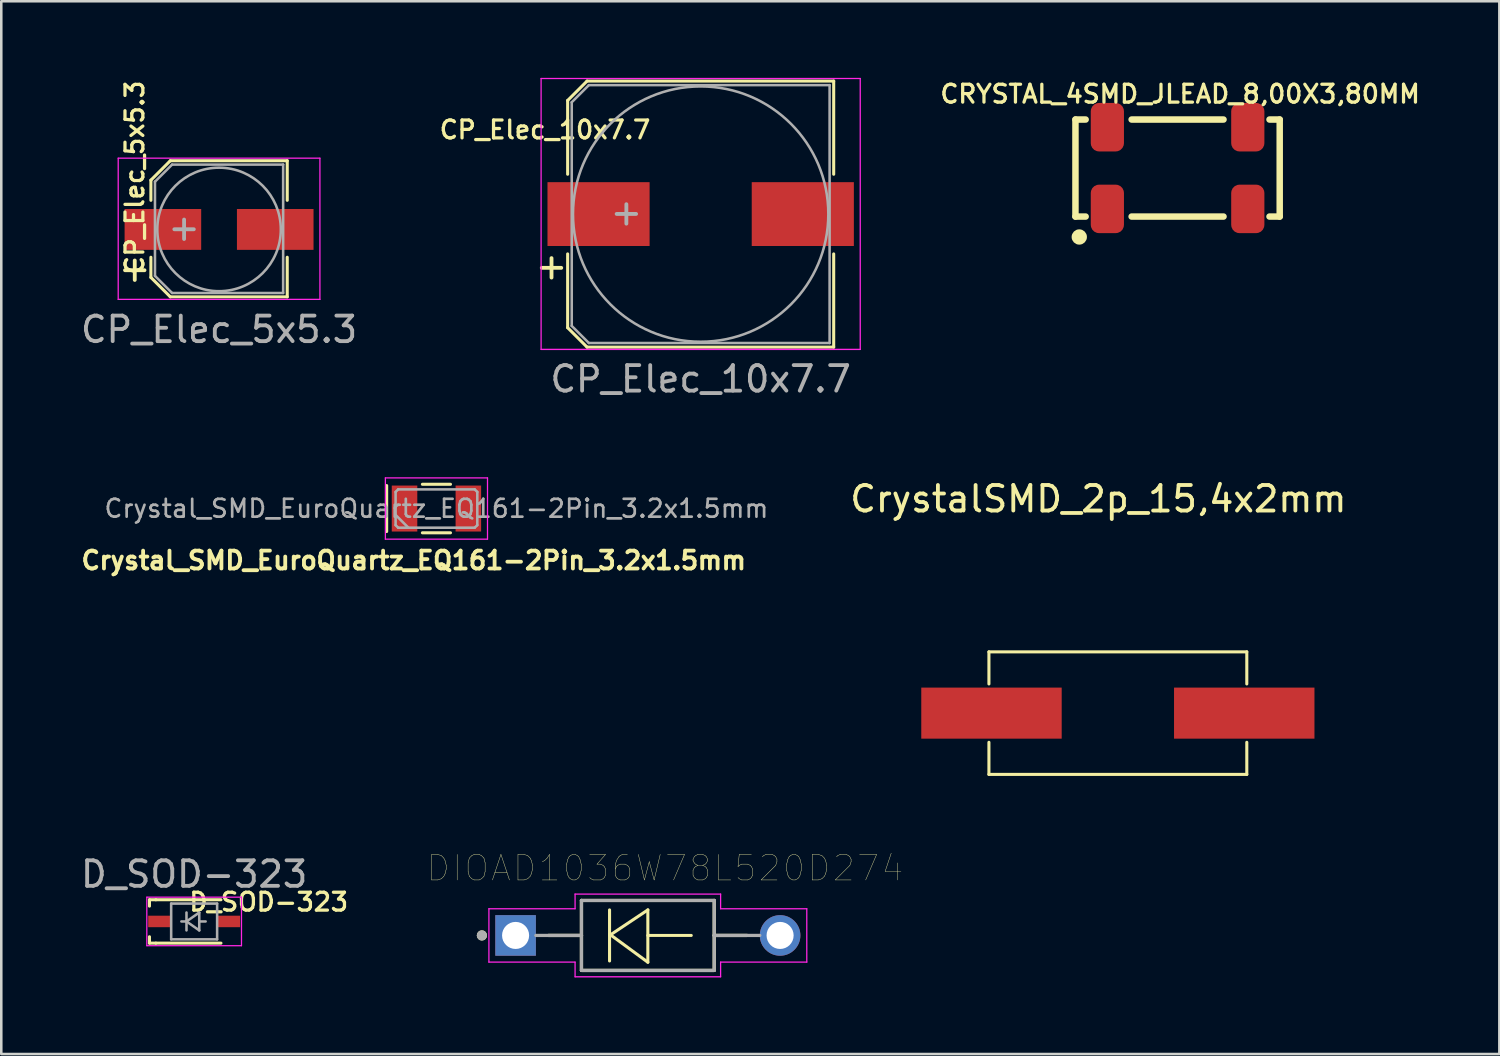
<source format=kicad_pcb>
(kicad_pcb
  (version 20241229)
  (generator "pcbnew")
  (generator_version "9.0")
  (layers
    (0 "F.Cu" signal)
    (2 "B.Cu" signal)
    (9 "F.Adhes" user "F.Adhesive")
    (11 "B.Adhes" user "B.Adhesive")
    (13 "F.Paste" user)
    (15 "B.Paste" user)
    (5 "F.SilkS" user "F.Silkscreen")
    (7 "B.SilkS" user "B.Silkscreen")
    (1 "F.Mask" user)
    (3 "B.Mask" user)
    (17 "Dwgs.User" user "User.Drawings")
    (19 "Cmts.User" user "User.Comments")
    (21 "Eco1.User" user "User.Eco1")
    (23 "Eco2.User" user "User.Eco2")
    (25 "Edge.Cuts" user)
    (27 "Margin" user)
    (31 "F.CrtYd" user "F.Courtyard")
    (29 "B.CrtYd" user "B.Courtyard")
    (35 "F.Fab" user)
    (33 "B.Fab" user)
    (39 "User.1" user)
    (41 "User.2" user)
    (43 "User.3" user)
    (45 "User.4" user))
  (footprint "CP_Elec_5x5.3"
    (layer "F.Cu")
    (at 5.53 5.936)
    (property "Reference" "CP_Elec_5x5.3" (at -3.302 -2.032 90) (layer "F.SilkS") (effects (font (size 0.7 0.7) (thickness 0.127))))
    (attr smd)
    (fp_line (start -2.67 -1.93) (end -2.67 -1.14) (stroke (width 0.12) (type solid)) (layer "F.SilkS"))
    (fp_line (start -2.67 1.88) (end -2.67 1.09) (stroke (width 0.12) (type solid)) (layer "F.SilkS"))
    (fp_line (start -2.67 1.88) (end -1.91 2.64) (stroke (width 0.12) (type solid)) (layer "F.SilkS"))
    (fp_line (start -1.91 -2.69) (end -2.67 -1.93) (stroke (width 0.12) (type solid)) (layer "F.SilkS"))
    (fp_line (start -1.91 2.64) (end 2.67 2.64) (stroke (width 0.12) (type solid)) (layer "F.SilkS"))
    (fp_line (start 2.67 -2.69) (end -1.91 -2.69) (stroke (width 0.12) (type solid)) (layer "F.SilkS"))
    (fp_line (start 2.67 -2.69) (end 2.67 -1.14) (stroke (width 0.12) (type solid)) (layer "F.SilkS"))
    (fp_line (start 2.67 2.64) (end 2.67 1.09) (stroke (width 0.12) (type solid)) (layer "F.SilkS"))
    (fp_line (start -3.95 -2.79) (end -3.95 2.74) (stroke (width 0.05) (type solid)) (layer "F.CrtYd"))
    (fp_line (start -3.95 -2.79) (end 3.95 -2.79) (stroke (width 0.05) (type solid)) (layer "F.CrtYd"))
    (fp_line (start 3.95 2.74) (end -3.95 2.74) (stroke (width 0.05) (type solid)) (layer "F.CrtYd"))
    (fp_line (start 3.95 2.74) (end 3.95 -2.79) (stroke (width 0.05) (type solid)) (layer "F.CrtYd"))
    (fp_line (start -2.51 -1.87) (end -2.51 1.82) (stroke (width 0.1) (type solid)) (layer "F.Fab"))
    (fp_line (start -2.51 1.82) (end -1.84 2.49) (stroke (width 0.1) (type solid)) (layer "F.Fab"))
    (fp_line (start -1.84 -2.54) (end -2.51 -1.87) (stroke (width 0.1) (type solid)) (layer "F.Fab"))
    (fp_line (start -1.84 2.49) (end 2.51 2.49) (stroke (width 0.1) (type solid)) (layer "F.Fab"))
    (fp_line (start 2.51 -2.54) (end -1.84 -2.54) (stroke (width 0.1) (type solid)) (layer "F.Fab"))
    (fp_line (start 2.51 2.49) (end 2.51 -2.54) (stroke (width 0.1) (type solid)) (layer "F.Fab"))
    (fp_circle (center 0 0) (end 0.3 2.4) (stroke (width 0.1) (type solid)) (fill no) (layer "F.Fab"))
    (fp_text user "+" (at -3.302 1.524 0) (layer "F.SilkS") (effects (font (size 1 1) (thickness 0.15))))
    (fp_text user "${REFERENCE}" (at 0 3.92 0) (layer "F.Fab") (effects (font (size 1 1) (thickness 0.15))))
    (fp_text user "+" (at -1.37 -0.08 0) (layer "F.Fab") (effects (font (size 1 1) (thickness 0.15))))
    (pad "1" smd rect (at -2.2 0 180) (size 3 1.6) (layers "F.Cu" "F.Mask" "F.Paste"))
    (pad "2" smd rect (at 2.2 0 180) (size 3 1.6) (layers "F.Cu" "F.Mask" "F.Paste")))
  (footprint "CrystalSMD_2p_15,4x2mm"
    (layer "F.Cu")
    (at 40.733 24.881)
    (property "Reference" "CrystalSMD_2p_15,4x2mm" (at -0.762 -8.39 0) (layer "F.SilkS") (effects (font (size 1 1) (thickness 0.15))))
    (attr through_hole)
    (fp_line (start -5.05 -2.4) (end -5.05 -1.143) (stroke (width 0.12) (type solid)) (layer "F.SilkS"))
    (fp_line (start -5.05 -2.4) (end 5.05 -2.4) (stroke (width 0.12) (type solid)) (layer "F.SilkS"))
    (fp_line (start -5.05 2.4) (end -5.05 1.143) (stroke (width 0.12) (type solid)) (layer "F.SilkS"))
    (fp_line (start -5.05 2.4) (end 5.05 2.4) (stroke (width 0.12) (type solid)) (layer "F.SilkS"))
    (fp_line (start 5.05 -2.4) (end 5.05 -1.143) (stroke (width 0.12) (type solid)) (layer "F.SilkS"))
    (fp_line (start 5.05 2.4) (end 5.05 1.143) (stroke (width 0.12) (type solid)) (layer "F.SilkS"))
    (pad "1" smd rect (at -4.95 0) (size 5.5 2) (layers "F.Cu" "F.Mask" "F.Paste"))
    (pad "2" smd rect (at 4.95 0) (size 5.5 2) (layers "F.Cu" "F.Mask" "F.Paste")))
  (footprint "CP_Elec_10x7.7"
    (layer "F.Cu")
    (at 24.393 5.335)
    (property "Reference" "CP_Elec_10x7.7" (at -6.096 -3.302 0) (layer "F.SilkS") (effects (font (size 0.7 0.7) (thickness 0.127))))
    (attr smd)
    (fp_line (start -5.21 -4.45) (end -5.21 -1.56) (stroke (width 0.12) (type solid)) (layer "F.SilkS"))
    (fp_line (start -5.21 -4.45) (end -4.45 -5.21) (stroke (width 0.12) (type solid)) (layer "F.SilkS"))
    (fp_line (start -5.21 4.45) (end -5.21 1.56) (stroke (width 0.12) (type solid)) (layer "F.SilkS"))
    (fp_line (start -4.45 -5.21) (end 5.21 -5.21) (stroke (width 0.12) (type solid)) (layer "F.SilkS"))
    (fp_line (start -4.45 5.21) (end -5.21 4.45) (stroke (width 0.12) (type solid)) (layer "F.SilkS"))
    (fp_line (start 5.21 -5.21) (end 5.21 -1.56) (stroke (width 0.12) (type solid)) (layer "F.SilkS"))
    (fp_line (start 5.21 5.21) (end -4.45 5.21) (stroke (width 0.12) (type solid)) (layer "F.SilkS"))
    (fp_line (start 5.21 5.21) (end 5.21 1.56) (stroke (width 0.12) (type solid)) (layer "F.SilkS"))
    (fp_line (start -6.25 -5.31) (end -6.25 5.3) (stroke (width 0.05) (type solid)) (layer "F.CrtYd"))
    (fp_line (start -6.25 -5.31) (end 6.25 -5.31) (stroke (width 0.05) (type solid)) (layer "F.CrtYd"))
    (fp_line (start 6.25 5.3) (end -6.25 5.3) (stroke (width 0.05) (type solid)) (layer "F.CrtYd"))
    (fp_line (start 6.25 5.3) (end 6.25 -5.31) (stroke (width 0.05) (type solid)) (layer "F.CrtYd"))
    (fp_line (start -5.05 -4.38) (end -5.05 4.38) (stroke (width 0.1) (type solid)) (layer "F.Fab"))
    (fp_line (start -5.05 4.38) (end -4.38 5.05) (stroke (width 0.1) (type solid)) (layer "F.Fab"))
    (fp_line (start -4.38 -5.05) (end -5.05 -4.38) (stroke (width 0.1) (type solid)) (layer "F.Fab"))
    (fp_line (start -4.38 5.05) (end 5.05 5.05) (stroke (width 0.1) (type solid)) (layer "F.Fab"))
    (fp_line (start 5.05 -5.05) (end -4.38 -5.05) (stroke (width 0.1) (type solid)) (layer "F.Fab"))
    (fp_line (start 5.05 5.05) (end 5.05 -5.05) (stroke (width 0.1) (type solid)) (layer "F.Fab"))
    (fp_circle (center 0 0) (end 0 5) (stroke (width 0.1) (type solid)) (fill no) (layer "F.Fab"))
    (fp_text user "+" (at -5.842 2.032 0) (layer "F.SilkS") (effects (font (size 1 1) (thickness 0.15))))
    (fp_text user "${REFERENCE}" (at 0 6.46 0) (layer "F.Fab") (effects (font (size 1 1) (thickness 0.15))))
    (fp_text user "+" (at -2.91 -0.08 0) (layer "F.Fab") (effects (font (size 1 1) (thickness 0.15))))
    (pad "1" smd rect (at -4 0 180) (size 4 2.5) (layers "F.Cu" "F.Mask" "F.Paste"))
    (pad "2" smd rect (at 4 0 180) (size 4 2.5) (layers "F.Cu" "F.Mask" "F.Paste")))
  (footprint "Crystal_SMD_EuroQuartz_EQ161-2Pin_3.2x1.5mm"
    (layer "F.Cu")
    (at 14.044 16.868)
    (property "Reference" "Crystal_SMD_EuroQuartz_EQ161-2Pin_3.2x1.5mm" (at -0.889 2.032 0) (layer "F.SilkS") (effects (font (size 0.7 0.7) (thickness 0.15))))
    (attr smd)
    (fp_line (start -1.95 -0.9) (end -1.95 0.9) (stroke (width 0.12) (type solid)) (layer "F.SilkS"))
    (fp_line (start -0.55 -0.95) (end 0.55 -0.95) (stroke (width 0.12) (type solid)) (layer "F.SilkS"))
    (fp_line (start -0.55 0.95) (end 0.55 0.95) (stroke (width 0.12) (type solid)) (layer "F.SilkS"))
    (fp_line (start -2 -1.2) (end -2 1.2) (stroke (width 0.05) (type solid)) (layer "F.CrtYd"))
    (fp_line (start -2 1.2) (end 2 1.2) (stroke (width 0.05) (type solid)) (layer "F.CrtYd"))
    (fp_line (start 2 -1.2) (end -2 -1.2) (stroke (width 0.05) (type solid)) (layer "F.CrtYd"))
    (fp_line (start 2 1.2) (end 2 -1.2) (stroke (width 0.05) (type solid)) (layer "F.CrtYd"))
    (fp_line (start -1.6 -0.65) (end -1.5 -0.75) (stroke (width 0.1) (type solid)) (layer "F.Fab"))
    (fp_line (start -1.6 0.25) (end -1.1 0.75) (stroke (width 0.1) (type solid)) (layer "F.Fab"))
    (fp_line (start -1.6 0.65) (end -1.6 -0.65) (stroke (width 0.1) (type solid)) (layer "F.Fab"))
    (fp_line (start -1.5 -0.75) (end 1.5 -0.75) (stroke (width 0.1) (type solid)) (layer "F.Fab"))
    (fp_line (start -1.5 0.75) (end -1.6 0.65) (stroke (width 0.1) (type solid)) (layer "F.Fab"))
    (fp_line (start 1.5 -0.75) (end 1.6 -0.65) (stroke (width 0.1) (type solid)) (layer "F.Fab"))
    (fp_line (start 1.5 0.75) (end -1.5 0.75) (stroke (width 0.1) (type solid)) (layer "F.Fab"))
    (fp_line (start 1.6 -0.65) (end 1.6 0.65) (stroke (width 0.1) (type solid)) (layer "F.Fab"))
    (fp_line (start 1.6 0.65) (end 1.5 0.75) (stroke (width 0.1) (type solid)) (layer "F.Fab"))
    (fp_text user "${REFERENCE}" (at 0 0 0) (layer "F.Fab") (effects (font (size 0.7 0.7) (thickness 0.105))))
    (pad "1" smd rect (at -1.25 0) (size 1 1.8) (layers "F.Cu" "F.Mask" "F.Paste"))
    (pad "2" smd rect (at 1.25 0) (size 1 1.8) (layers "F.Cu" "F.Mask" "F.Paste")))
  (footprint "CRYSTAL_4SMD_JLEAD_8,00X3,80MM"
    (layer "F.Cu")
    (at 43.072 3.532)
    (property "Reference" "CRYSTAL_4SMD_JLEAD_8,00X3,80MM" (at 0.1 -2.9 0) (layer "F.SilkS") (effects (font (size 0.7 0.7) (thickness 0.127))))
    (attr through_hole)
    (fp_line (start -4 -1.9) (end -3.6 -1.9) (stroke (width 0.254) (type solid)) (layer "F.SilkS"))
    (fp_line (start -4 1.9) (end -4 -1.9) (stroke (width 0.254) (type solid)) (layer "F.SilkS"))
    (fp_line (start -4 1.9) (end -3.6 1.9) (stroke (width 0.254) (type solid)) (layer "F.SilkS"))
    (fp_line (start -1.8 -1.9) (end 1.8 -1.9) (stroke (width 0.254) (type solid)) (layer "F.SilkS"))
    (fp_line (start -1.8 1.9) (end 1.8 1.9) (stroke (width 0.254) (type solid)) (layer "F.SilkS"))
    (fp_line (start 4 -1.9) (end 3.6 -1.9) (stroke (width 0.254) (type solid)) (layer "F.SilkS"))
    (fp_line (start 4 -1.9) (end 4 1.9) (stroke (width 0.254) (type solid)) (layer "F.SilkS"))
    (fp_line (start 4 1.9) (end 3.6 1.9) (stroke (width 0.254) (type solid)) (layer "F.SilkS"))
    (fp_circle (center -3.85 2.7) (end -3.7 2.7) (stroke (width 0.3) (type solid)) (fill no) (layer "F.SilkS"))
    (pad "1" smd roundrect (at -2.75 1.6 270) (size 1.9 1.3) (layers "F.Cu" "F.Mask" "F.Paste") (roundrect_rratio 0.25))
    (pad "2" smd roundrect (at 2.75 1.6 270) (size 1.9 1.3) (layers "F.Cu" "F.Mask" "F.Paste") (roundrect_rratio 0.25))
    (pad "3" smd roundrect (at 2.75 -1.6 270) (size 1.9 1.3) (layers "F.Cu" "F.Mask" "F.Paste") (roundrect_rratio 0.25))
    (pad "4" smd roundrect (at -2.75 -1.6 270) (size 1.9 1.3) (layers "F.Cu" "F.Mask" "F.Paste") (roundrect_rratio 0.25)))
  (footprint "D_SOD-323"
    (layer "F.Cu")
    (at 4.554 33.04)
    (property "Reference" "D_SOD-323" (at 2.921 -0.762 0) (layer "F.SilkS") (effects (font (size 0.7 0.7) (thickness 0.127))))
    (attr smd)
    (fp_line (start -1.75 -0.85) (end -1.75 -0.6) (stroke (width 0.12) (type solid)) (layer "F.SilkS"))
    (fp_line (start -1.75 0.6) (end -1.75 0.85) (stroke (width 0.12) (type solid)) (layer "F.SilkS"))
    (fp_line (start -1.5 -0.85) (end -1.75 -0.85) (stroke (width 0.12) (type solid)) (layer "F.SilkS"))
    (fp_line (start -1.5 -0.85) (end 1.05 -0.85) (stroke (width 0.12) (type solid)) (layer "F.SilkS"))
    (fp_line (start -1.5 0.85) (end -1.75 0.85) (stroke (width 0.12) (type solid)) (layer "F.SilkS"))
    (fp_line (start -1.5 0.85) (end 1.05 0.85) (stroke (width 0.12) (type solid)) (layer "F.SilkS"))
    (fp_line (start -1.854 -0.95) (end -1.854 0.95) (stroke (width 0.05) (type solid)) (layer "F.CrtYd"))
    (fp_line (start -1.85 -0.95) (end 1.85 -0.95) (stroke (width 0.05) (type solid)) (layer "F.CrtYd"))
    (fp_line (start -1.85 0.95) (end 1.85 0.95) (stroke (width 0.05) (type solid)) (layer "F.CrtYd"))
    (fp_line (start 1.854 -0.95) (end 1.854 0.95) (stroke (width 0.05) (type solid)) (layer "F.CrtYd"))
    (fp_line (start -0.9 -0.7) (end 0.9 -0.7) (stroke (width 0.1) (type solid)) (layer "F.Fab"))
    (fp_line (start -0.9 0.7) (end -0.9 -0.7) (stroke (width 0.1) (type solid)) (layer "F.Fab"))
    (fp_line (start -0.3 -0.35) (end -0.3 0.35) (stroke (width 0.1) (type solid)) (layer "F.Fab"))
    (fp_line (start -0.3 0) (end -0.5 0) (stroke (width 0.1) (type solid)) (layer "F.Fab"))
    (fp_line (start -0.3 0) (end 0.2 -0.35) (stroke (width 0.1) (type solid)) (layer "F.Fab"))
    (fp_line (start 0.2 -0.35) (end 0.2 0.35) (stroke (width 0.1) (type solid)) (layer "F.Fab"))
    (fp_line (start 0.2 0) (end 0.45 0) (stroke (width 0.1) (type solid)) (layer "F.Fab"))
    (fp_line (start 0.2 0.35) (end -0.3 0) (stroke (width 0.1) (type solid)) (layer "F.Fab"))
    (fp_line (start 0.9 -0.7) (end 0.9 0.7) (stroke (width 0.1) (type solid)) (layer "F.Fab"))
    (fp_line (start 0.9 0.7) (end -0.9 0.7) (stroke (width 0.1) (type solid)) (layer "F.Fab"))
    (fp_text user "${REFERENCE}" (at 0 -1.85 0) (layer "F.Fab") (effects (font (size 1 1) (thickness 0.15))))
    (pad "1" smd rect (at -1.35 0) (size 0.9 0.45) (layers "F.Cu" "F.Mask" "F.Paste"))
    (pad "2" smd rect (at 1.35 0) (size 0.9 0.45) (layers "F.Cu" "F.Mask" "F.Paste")))
  (footprint "DIOAD1036W78L520D274"
    (layer "F.Cu")
    (at 22.324 33.588)
    (property "Reference" "DIOAD1036W78L520D274" (at 0.675 -2.635 0) (layer "F.SilkS") (effects (font (size 1 1) (thickness 0.015))))
    (attr through_hole)
    (fp_line (start -3.89 0) (end -2.6 0) (stroke (width 0.127) (type solid)) (layer "F.SilkS"))
    (fp_line (start -2.6 -1.37) (end -2.6 0) (stroke (width 0.127) (type solid)) (layer "F.SilkS"))
    (fp_line (start -2.6 0) (end -2.6 1.37) (stroke (width 0.127) (type solid)) (layer "F.SilkS"))
    (fp_line (start -2.6 1.37) (end 2.6 1.37) (stroke (width 0.127) (type solid)) (layer "F.SilkS"))
    (fp_line (start -1.5 -1) (end -1.5 1) (stroke (width 0.12) (type solid)) (layer "F.SilkS"))
    (fp_line (start -1.5 0) (end 0 -1) (stroke (width 0.12) (type solid)) (layer "F.SilkS"))
    (fp_line (start 0 -1) (end 0 1.05) (stroke (width 0.12) (type solid)) (layer "F.SilkS"))
    (fp_line (start 0 0) (end 1.7 0) (stroke (width 0.12) (type solid)) (layer "F.SilkS"))
    (fp_line (start 0 1.05) (end -1.5 -0.05) (stroke (width 0.12) (type solid)) (layer "F.SilkS"))
    (fp_line (start 2.6 -1.37) (end -2.6 -1.37) (stroke (width 0.127) (type solid)) (layer "F.SilkS"))
    (fp_line (start 2.6 0) (end 2.6 -1.37) (stroke (width 0.127) (type solid)) (layer "F.SilkS"))
    (fp_line (start 2.6 1.37) (end 2.6 0) (stroke (width 0.127) (type solid)) (layer "F.SilkS"))
    (fp_line (start 3.89 0) (end 2.6 0) (stroke (width 0.127) (type solid)) (layer "F.SilkS"))
    (fp_circle (center -6.5 0) (end -6.4 0) (stroke (width 0.2) (type solid)) (fill no) (layer "F.SilkS"))
    (fp_line (start -6.225 -1.045) (end -2.85 -1.045) (stroke (width 0.05) (type solid)) (layer "F.CrtYd"))
    (fp_line (start -6.225 1.045) (end -6.225 -1.045) (stroke (width 0.05) (type solid)) (layer "F.CrtYd"))
    (fp_line (start -2.85 -1.62) (end 2.85 -1.62) (stroke (width 0.05) (type solid)) (layer "F.CrtYd"))
    (fp_line (start -2.85 -1.045) (end -2.85 -1.62) (stroke (width 0.05) (type solid)) (layer "F.CrtYd"))
    (fp_line (start -2.85 1.045) (end -6.225 1.045) (stroke (width 0.05) (type solid)) (layer "F.CrtYd"))
    (fp_line (start -2.85 1.62) (end -2.85 1.045) (stroke (width 0.05) (type solid)) (layer "F.CrtYd"))
    (fp_line (start 2.85 -1.62) (end 2.85 -1.045) (stroke (width 0.05) (type solid)) (layer "F.CrtYd"))
    (fp_line (start 2.85 -1.045) (end 6.225 -1.045) (stroke (width 0.05) (type solid)) (layer "F.CrtYd"))
    (fp_line (start 2.85 1.045) (end 2.85 1.62) (stroke (width 0.05) (type solid)) (layer "F.CrtYd"))
    (fp_line (start 2.85 1.62) (end -2.85 1.62) (stroke (width 0.05) (type solid)) (layer "F.CrtYd"))
    (fp_line (start 6.225 -1.045) (end 6.225 1.045) (stroke (width 0.05) (type solid)) (layer "F.CrtYd"))
    (fp_line (start 6.225 1.045) (end 2.85 1.045) (stroke (width 0.05) (type solid)) (layer "F.CrtYd"))
    (fp_line (start -4.385 0) (end -2.6 0) (stroke (width 0.127) (type solid)) (layer "F.Fab"))
    (fp_line (start -2.6 -1.37) (end -2.6 0) (stroke (width 0.127) (type solid)) (layer "F.Fab"))
    (fp_line (start -2.6 0) (end -2.6 1.37) (stroke (width 0.127) (type solid)) (layer "F.Fab"))
    (fp_line (start -2.6 1.37) (end 2.6 1.37) (stroke (width 0.127) (type solid)) (layer "F.Fab"))
    (fp_line (start 2.6 -1.37) (end -2.6 -1.37) (stroke (width 0.127) (type solid)) (layer "F.Fab"))
    (fp_line (start 2.6 0) (end 2.6 -1.37) (stroke (width 0.127) (type solid)) (layer "F.Fab"))
    (fp_line (start 2.6 1.37) (end 2.6 0) (stroke (width 0.127) (type solid)) (layer "F.Fab"))
    (fp_line (start 4.385 0) (end 2.6 0) (stroke (width 0.127) (type solid)) (layer "F.Fab"))
    (fp_circle (center -6.5 0) (end -6.4 0) (stroke (width 0.2) (type solid)) (fill no) (layer "F.Fab"))
    (pad "1" thru_hole rect (at -5.18 0) (size 1.59 1.59) (drill 1.06) (layers "*.Cu" "*.Mask"))
    (pad "2" thru_hole circle (at 5.18 0) (size 1.59 1.59) (drill 1.06) (layers "*.Cu" "*.Mask")))
  (gr_rect
    (start -3 -3)
    (end 55.675 38.233)
    (stroke (width 0.1) (type default))
    (fill no)
    (layer "Edge.Cuts")))
</source>
